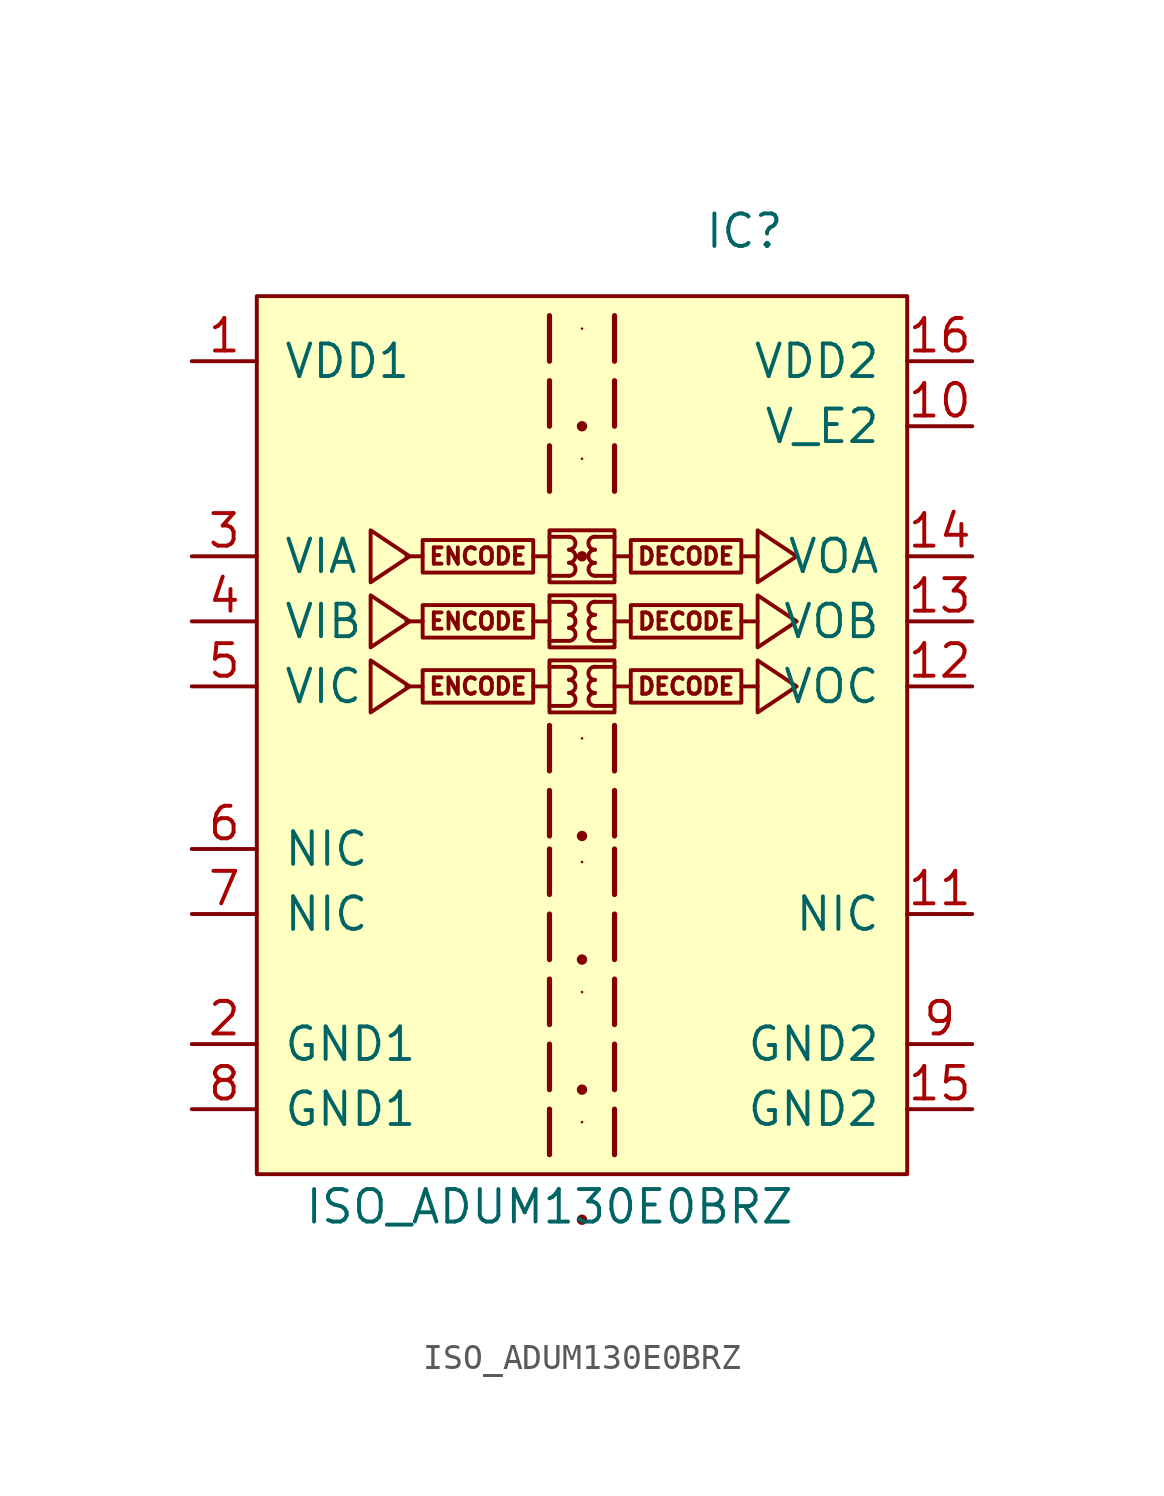
<source format=kicad_sym>
(kicad_symbol_lib
  (version 20220914)
  (generator kicad_symbol_editor)
  (symbol "ISO_ADUM130E0BRZ"
    (pin_names
      (offset 1.016))
    (property "Reference" "IC"
      (at 6.35 20.32 0)
      (effects (font (size 1.27 1.27))))
    (property "Value" "ISO_ADUM130E0BRZ"
      (at -1.27 -17.78 0)
      (effects (font (size 1.27 1.27))))
    (symbol "ISO_ADUM130E0BRZ_0_1"
      (rectangle (start -12.7 17.78) (end 12.7 -16.51) (stroke (width 0) (type default)) (fill (type background)))
      (polyline (pts (xy -1.27 14.478) (xy -1.27 12.954) (xy -1.27 12.7)) (stroke (width 0.203) (type default)) (fill (type none))))
    (symbol "ISO_ADUM130E0BRZ_1_1"
      (rectangle (start -1.905 3.175) (end -6.223 1.905) (stroke (width 0) (type default)) (fill (type none)))
      (rectangle (start -1.905 5.715) (end -6.223 4.445) (stroke (width 0) (type default)) (fill (type none)))
      (rectangle (start -1.905 8.255) (end -6.223 6.985) (stroke (width 0) (type default)) (fill (type none)))
      (rectangle (start -1.27 3.556) (end 1.27 1.524) (stroke (width 0) (type default)) (fill (type none)))
      (rectangle (start -1.27 6.096) (end 1.27 4.064) (stroke (width 0) (type default)) (fill (type none)))
      (rectangle (start -1.27 8.636) (end 1.27 6.604) (stroke (width 0) (type default)) (fill (type none)))
      (arc (start -0.508 1.778) (mid -0.2551 2.032) (end -0.508 2.286) (stroke (width 0) (type default)) (fill (type none)))
      (arc (start -0.508 2.286) (mid -0.2551 2.54) (end -0.508 2.794) (stroke (width 0) (type default)) (fill (type none)))
      (arc (start -0.508 2.794) (mid -0.2551 3.048) (end -0.508 3.302) (stroke (width 0) (type default)) (fill (type none)))
      (arc (start -0.508 4.318) (mid -0.2551 4.572) (end -0.508 4.826) (stroke (width 0) (type default)) (fill (type none)))
      (arc (start -0.508 4.826) (mid -0.2551 5.08) (end -0.508 5.334) (stroke (width 0) (type default)) (fill (type none)))
      (arc (start -0.508 5.334) (mid -0.2551 5.588) (end -0.508 5.842) (stroke (width 0) (type default)) (fill (type none)))
      (arc (start -0.508 6.858) (mid -0.2551 7.112) (end -0.508 7.366) (stroke (width 0) (type default)) (fill (type none)))
      (arc (start -0.508 7.366) (mid -0.2551 7.62) (end -0.508 7.874) (stroke (width 0) (type default)) (fill (type none)))
      (arc (start -0.508 7.874) (mid -0.2551 8.128) (end -0.508 8.382) (stroke (width 0) (type default)) (fill (type none)))
      (polyline (pts (xy -6.223 2.54) (xy -6.858 2.54)) (stroke (width 0) (type default)) (fill (type none)))
      (polyline (pts (xy -6.223 5.08) (xy -6.858 5.08)) (stroke (width 0) (type default)) (fill (type none)))
      (polyline (pts (xy -6.223 7.62) (xy -6.858 7.62)) (stroke (width 0) (type default)) (fill (type none)))
      (polyline (pts (xy -1.905 2.54) (xy -1.27 2.54)) (stroke (width 0) (type default)) (fill (type none)))
      (polyline (pts (xy -1.905 5.08) (xy -1.27 5.08)) (stroke (width 0) (type default)) (fill (type none)))
      (polyline (pts (xy -1.905 7.62) (xy -1.27 7.62)) (stroke (width 0) (type default)) (fill (type none)))
      (polyline (pts (xy -1.27 1.778) (xy -0.508 1.778)) (stroke (width 0) (type default)) (fill (type none)))
      (polyline (pts (xy -1.27 3.302) (xy -0.508 3.302)) (stroke (width 0) (type default)) (fill (type none)))
      (polyline (pts (xy -1.27 4.318) (xy -0.508 4.318)) (stroke (width 0) (type default)) (fill (type none)))
      (polyline (pts (xy -1.27 5.842) (xy -0.508 5.842)) (stroke (width 0) (type default)) (fill (type none)))
      (polyline (pts (xy -1.27 6.858) (xy -0.508 6.858)) (stroke (width 0) (type default)) (fill (type none)))
      (polyline (pts (xy -1.27 8.382) (xy -0.508 8.382)) (stroke (width 0) (type default)) (fill (type none)))
      (polyline (pts (xy 0 -18.288) (xy 0 -18.288)) (stroke (width 0.406) (type default)) (fill (type none)))
      (polyline (pts (xy 0 -14.478) (xy 0 -14.478)) (stroke (width 0.102) (type default)) (fill (type none)))
      (polyline (pts (xy 0 -13.208) (xy 0 -13.208)) (stroke (width 0.406) (type default)) (fill (type none)))
      (polyline (pts (xy 0 -9.398) (xy 0 -9.398)) (stroke (width 0.102) (type default)) (fill (type none)))
      (polyline (pts (xy 0 -8.128) (xy 0 -8.128)) (stroke (width 0.406) (type default)) (fill (type none)))
      (polyline (pts (xy 0 -4.318) (xy 0 -4.318)) (stroke (width 0.102) (type default)) (fill (type none)))
      (polyline (pts (xy 0 -3.302) (xy 0 -3.302)) (stroke (width 0.406) (type default)) (fill (type none)))
      (polyline (pts (xy 0 0.508) (xy 0 0.508)) (stroke (width 0.102) (type default)) (fill (type none)))
      (polyline (pts (xy 0 7.62) (xy 0 7.62)) (stroke (width 0.406) (type default)) (fill (type none)))
      (polyline (pts (xy 0 11.43) (xy 0 11.43)) (stroke (width 0.102) (type default)) (fill (type none)))
      (polyline (pts (xy 0 12.7) (xy 0 12.7)) (stroke (width 0.406) (type default)) (fill (type none)))
      (polyline (pts (xy 0 16.51) (xy 0 16.51)) (stroke (width 0.102) (type default)) (fill (type none)))
      (polyline (pts (xy 1.27 1.778) (xy 0.508 1.778)) (stroke (width 0) (type default)) (fill (type none)))
      (polyline (pts (xy 1.27 3.302) (xy 0.508 3.302)) (stroke (width 0) (type default)) (fill (type none)))
      (polyline (pts (xy 1.27 4.318) (xy 0.508 4.318)) (stroke (width 0) (type default)) (fill (type none)))
      (polyline (pts (xy 1.27 5.842) (xy 0.508 5.842)) (stroke (width 0) (type default)) (fill (type none)))
      (polyline (pts (xy 1.27 6.858) (xy 0.508 6.858)) (stroke (width 0) (type default)) (fill (type none)))
      (polyline (pts (xy 1.27 8.382) (xy 0.508 8.382)) (stroke (width 0) (type default)) (fill (type none)))
      (polyline (pts (xy 1.905 2.54) (xy 1.27 2.54)) (stroke (width 0) (type default)) (fill (type none)))
      (polyline (pts (xy 1.905 5.08) (xy 1.27 5.08)) (stroke (width 0) (type default)) (fill (type none)))
      (polyline (pts (xy 1.905 7.62) (xy 1.27 7.62)) (stroke (width 0) (type default)) (fill (type none)))
      (polyline (pts (xy 6.223 2.54) (xy 6.858 2.54)) (stroke (width 0) (type default)) (fill (type none)))
      (polyline (pts (xy 6.223 5.08) (xy 6.858 5.08)) (stroke (width 0) (type default)) (fill (type none)))
      (polyline (pts (xy 6.223 7.62) (xy 6.858 7.62)) (stroke (width 0) (type default)) (fill (type none)))
      (polyline (pts (xy -1.27 -13.97) (xy -1.27 -15.494) (xy -1.27 -15.748)) (stroke (width 0.203) (type default)) (fill (type none)))
      (polyline (pts (xy -1.27 -11.43) (xy -1.27 -12.954) (xy -1.27 -13.208)) (stroke (width 0.203) (type default)) (fill (type none)))
      (polyline (pts (xy -1.27 -8.89) (xy -1.27 -10.414) (xy -1.27 -10.668)) (stroke (width 0.203) (type default)) (fill (type none)))
      (polyline (pts (xy -1.27 -6.35) (xy -1.27 -7.874) (xy -1.27 -8.128)) (stroke (width 0.203) (type default)) (fill (type none)))
      (polyline (pts (xy -1.27 -3.81) (xy -1.27 -5.334) (xy -1.27 -5.588)) (stroke (width 0.203) (type default)) (fill (type none)))
      (polyline (pts (xy -1.27 -1.524) (xy -1.27 -3.048) (xy -1.27 -3.302)) (stroke (width 0.203) (type default)) (fill (type none)))
      (polyline (pts (xy -1.27 1.016) (xy -1.27 -0.508) (xy -1.27 -0.762)) (stroke (width 0.203) (type default)) (fill (type none)))
      (polyline (pts (xy -1.27 11.938) (xy -1.27 10.414) (xy -1.27 10.16)) (stroke (width 0.203) (type default)) (fill (type none)))
      (polyline (pts (xy -1.27 17.018) (xy -1.27 15.494) (xy -1.27 15.24)) (stroke (width 0.203) (type default)) (fill (type none)))
      (polyline (pts (xy 1.27 -13.97) (xy 1.27 -15.494) (xy 1.27 -15.748)) (stroke (width 0.203) (type default)) (fill (type none)))
      (polyline (pts (xy 1.27 -11.43) (xy 1.27 -12.954) (xy 1.27 -13.208)) (stroke (width 0.203) (type default)) (fill (type none)))
      (polyline (pts (xy 1.27 -8.89) (xy 1.27 -10.414) (xy 1.27 -10.668)) (stroke (width 0.203) (type default)) (fill (type none)))
      (polyline (pts (xy 1.27 -6.35) (xy 1.27 -7.874) (xy 1.27 -8.128)) (stroke (width 0.203) (type default)) (fill (type none)))
      (polyline (pts (xy 1.27 -3.81) (xy 1.27 -5.334) (xy 1.27 -5.588)) (stroke (width 0.203) (type default)) (fill (type none)))
      (polyline (pts (xy 1.27 -1.524) (xy 1.27 -3.048) (xy 1.27 -3.302)) (stroke (width 0.203) (type default)) (fill (type none)))
      (polyline (pts (xy 1.27 1.016) (xy 1.27 -0.508) (xy 1.27 -0.762)) (stroke (width 0.203) (type default)) (fill (type none)))
      (polyline (pts (xy 1.27 11.938) (xy 1.27 10.414) (xy 1.27 10.16)) (stroke (width 0.203) (type default)) (fill (type none)))
      (polyline (pts (xy 1.27 14.478) (xy 1.27 12.954) (xy 1.27 12.7)) (stroke (width 0.203) (type default)) (fill (type none)))
      (polyline (pts (xy 1.27 17.018) (xy 1.27 15.494) (xy 1.27 15.24)) (stroke (width 0.203) (type default)) (fill (type none)))
      (polyline (pts (xy -6.731 2.54) (xy -8.255 3.556) (xy -8.255 1.524) (xy -6.731 2.54)) (stroke (width 0) (type default)) (fill (type none)))
      (polyline (pts (xy -6.731 5.08) (xy -8.255 6.096) (xy -8.255 4.064) (xy -6.731 5.08)) (stroke (width 0) (type default)) (fill (type none)))
      (polyline (pts (xy -6.731 7.62) (xy -8.255 8.636) (xy -8.255 6.604) (xy -6.731 7.62)) (stroke (width 0) (type default)) (fill (type none)))
      (polyline (pts (xy 8.382 2.54) (xy 6.858 3.556) (xy 6.858 1.524) (xy 8.382 2.54)) (stroke (width 0) (type default)) (fill (type none)))
      (polyline (pts (xy 8.382 5.08) (xy 6.858 6.096) (xy 6.858 4.064) (xy 8.382 5.08)) (stroke (width 0) (type default)) (fill (type none)))
      (polyline (pts (xy 8.382 7.62) (xy 6.858 8.636) (xy 6.858 6.604) (xy 8.382 7.62)) (stroke (width 0) (type default)) (fill (type none)))
      (arc (start 0.508 2.286) (mid 0.2551 2.032) (end 0.508 1.778) (stroke (width 0) (type default)) (fill (type none)))
      (arc (start 0.508 2.794) (mid 0.2551 2.54) (end 0.508 2.286) (stroke (width 0) (type default)) (fill (type none)))
      (arc (start 0.508 3.302) (mid 0.2551 3.048) (end 0.508 2.794) (stroke (width 0) (type default)) (fill (type none)))
      (arc (start 0.508 4.826) (mid 0.2551 4.572) (end 0.508 4.318) (stroke (width 0) (type default)) (fill (type none)))
      (arc (start 0.508 5.334) (mid 0.2551 5.08) (end 0.508 4.826) (stroke (width 0) (type default)) (fill (type none)))
      (arc (start 0.508 5.842) (mid 0.2551 5.588) (end 0.508 5.334) (stroke (width 0) (type default)) (fill (type none)))
      (arc (start 0.508 7.366) (mid 0.2551 7.112) (end 0.508 6.858) (stroke (width 0) (type default)) (fill (type none)))
      (arc (start 0.508 7.874) (mid 0.2551 7.62) (end 0.508 7.366) (stroke (width 0) (type default)) (fill (type none)))
      (arc (start 0.508 8.382) (mid 0.2551 8.128) (end 0.508 7.874) (stroke (width 0) (type default)) (fill (type none)))
      (rectangle (start 1.905 3.175) (end 6.223 1.905) (stroke (width 0) (type default)) (fill (type none)))
      (rectangle (start 1.905 5.715) (end 6.223 4.445) (stroke (width 0) (type default)) (fill (type none)))
      (rectangle (start 1.905 8.255) (end 6.223 6.985) (stroke (width 0) (type default)) (fill (type none)))
      (text "DECODE" (at 4.064 2.54 0) (effects (font (size 0.635 0.635))))
      (text "DECODE" (at 4.064 5.08 0) (effects (font (size 0.635 0.635))))
      (text "DECODE" (at 4.064 7.62 0) (effects (font (size 0.635 0.635))))
      (text "ENCODE" (at -4.064 2.54 0) (effects (font (size 0.635 0.635))))
      (text "ENCODE" (at -4.064 5.08 0) (effects (font (size 0.635 0.635))))
      (text "ENCODE" (at -4.064 7.62 0) (effects (font (size 0.635 0.635))))
      (pin power_in line (at -15.24 15.24 0) (length 2.54) (name "VDD1" (effects (font (size 1.27 1.27)))) (number "1" (effects (font (size 1.27 1.27)))))
      (pin passive line (at 15.24 12.7 180) (length 2.54) (name "V_E2" (effects (font (size 1.27 1.27)))) (number "10" (effects (font (size 1.27 1.27)))))
      (pin passive line (at 15.24 -6.35 180) (length 2.54) (name "NIC" (effects (font (size 1.27 1.27)))) (number "11" (effects (font (size 1.27 1.27)))))
      (pin output line (at 15.24 2.54 180) (length 2.54) (name "VOC" (effects (font (size 1.27 1.27)))) (number "12" (effects (font (size 1.27 1.27)))))
      (pin output line (at 15.24 5.08 180) (length 2.54) (name "VOB" (effects (font (size 1.27 1.27)))) (number "13" (effects (font (size 1.27 1.27)))))
      (pin output line (at 15.24 7.62 180) (length 2.54) (name "VOA" (effects (font (size 1.27 1.27)))) (number "14" (effects (font (size 1.27 1.27)))))
      (pin power_in line (at 15.24 -13.97 180) (length 2.54) (name "GND2" (effects (font (size 1.27 1.27)))) (number "15" (effects (font (size 1.27 1.27)))))
      (pin power_in line (at 15.24 15.24 180) (length 2.54) (name "VDD2" (effects (font (size 1.27 1.27)))) (number "16" (effects (font (size 1.27 1.27)))))
      (pin power_in line (at -15.24 -11.43 0) (length 2.54) (name "GND1" (effects (font (size 1.27 1.27)))) (number "2" (effects (font (size 1.27 1.27)))))
      (pin input line (at -15.24 7.62 0) (length 2.54) (name "VIA" (effects (font (size 1.27 1.27)))) (number "3" (effects (font (size 1.27 1.27)))))
      (pin input line (at -15.24 5.08 0) (length 2.54) (name "VIB" (effects (font (size 1.27 1.27)))) (number "4" (effects (font (size 1.27 1.27)))))
      (pin input line (at -15.24 2.54 0) (length 2.54) (name "VIC" (effects (font (size 1.27 1.27)))) (number "5" (effects (font (size 1.27 1.27)))))
      (pin passive line (at -15.24 -3.81 0) (length 2.54) (name "NIC" (effects (font (size 1.27 1.27)))) (number "6" (effects (font (size 1.27 1.27)))))
      (pin passive line (at -15.24 -6.35 0) (length 2.54) (name "NIC" (effects (font (size 1.27 1.27)))) (number "7" (effects (font (size 1.27 1.27)))))
      (pin power_in line (at -15.24 -13.97 0) (length 2.54) (name "GND1" (effects (font (size 1.27 1.27)))) (number "8" (effects (font (size 1.27 1.27)))))
      (pin power_in line (at 15.24 -11.43 180) (length 2.54) (name "GND2" (effects (font (size 1.27 1.27)))) (number "9" (effects (font (size 1.27 1.27))))))))
</source>
